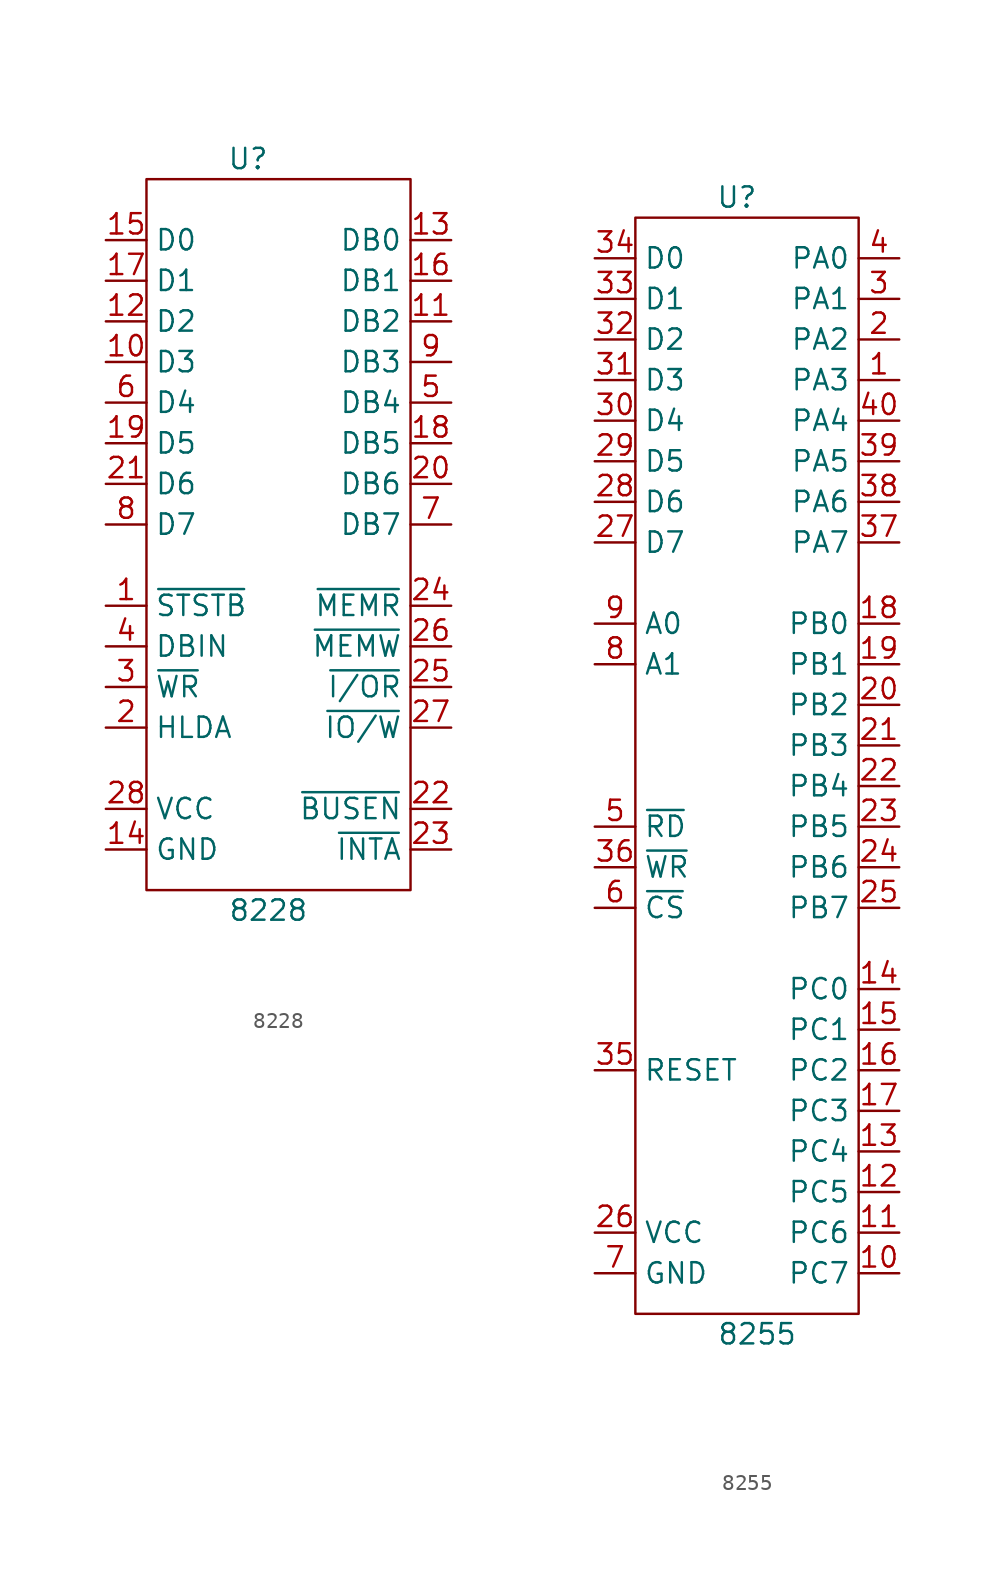
<source format=kicad_sym>
(kicad_symbol_lib
  (version 20211014)
  (generator kicad_symbol_editor)
  (symbol "8228"
    (property "Reference" "U"
      (at 6.35 1.27 0)
      (effects (font (size 1.27 1.27))))
    (property "Value" "8228"
      (at 7.62 -45.72 0)
      (effects (font (size 1.27 1.27))))
    (symbol "8228_0_1"
      (rectangle (start 0 0) (end 16.51 -44.45) (stroke (width 0) (type default) (color 0 0 0 0)) (fill (type none))))
    (symbol "8228_1_1"
      (pin input line (at -2.54 -26.67 0) (length 2.54) (name "~{STSTB}" (effects (font (size 1.27 1.27)))) (number "1" (effects (font (size 1.27 1.27)))))
      (pin bidirectional line (at -2.54 -11.43 0) (length 2.54) (name "D3" (effects (font (size 1.27 1.27)))) (number "10" (effects (font (size 1.27 1.27)))))
      (pin bidirectional line (at 19.05 -8.89 180) (length 2.54) (name "DB2" (effects (font (size 1.27 1.27)))) (number "11" (effects (font (size 1.27 1.27)))))
      (pin bidirectional line (at -2.54 -8.89 0) (length 2.54) (name "D2" (effects (font (size 1.27 1.27)))) (number "12" (effects (font (size 1.27 1.27)))))
      (pin bidirectional line (at 19.05 -3.81 180) (length 2.54) (name "DB0" (effects (font (size 1.27 1.27)))) (number "13" (effects (font (size 1.27 1.27)))))
      (pin power_in line (at -2.54 -41.91 0) (length 2.54) (name "GND" (effects (font (size 1.27 1.27)))) (number "14" (effects (font (size 1.27 1.27)))))
      (pin bidirectional line (at -2.54 -3.81 0) (length 2.54) (name "D0" (effects (font (size 1.27 1.27)))) (number "15" (effects (font (size 1.27 1.27)))))
      (pin bidirectional line (at 19.05 -6.35 180) (length 2.54) (name "DB1" (effects (font (size 1.27 1.27)))) (number "16" (effects (font (size 1.27 1.27)))))
      (pin bidirectional line (at -2.54 -6.35 0) (length 2.54) (name "D1" (effects (font (size 1.27 1.27)))) (number "17" (effects (font (size 1.27 1.27)))))
      (pin bidirectional line (at 19.05 -16.51 180) (length 2.54) (name "DB5" (effects (font (size 1.27 1.27)))) (number "18" (effects (font (size 1.27 1.27)))))
      (pin bidirectional line (at -2.54 -16.51 0) (length 2.54) (name "D5" (effects (font (size 1.27 1.27)))) (number "19" (effects (font (size 1.27 1.27)))))
      (pin input line (at -2.54 -34.29 0) (length 2.54) (name "HLDA" (effects (font (size 1.27 1.27)))) (number "2" (effects (font (size 1.27 1.27)))))
      (pin bidirectional line (at 19.05 -19.05 180) (length 2.54) (name "DB6" (effects (font (size 1.27 1.27)))) (number "20" (effects (font (size 1.27 1.27)))))
      (pin bidirectional line (at -2.54 -19.05 0) (length 2.54) (name "D6" (effects (font (size 1.27 1.27)))) (number "21" (effects (font (size 1.27 1.27)))))
      (pin input line (at 19.05 -39.37 180) (length 2.54) (name "~{BUSEN}" (effects (font (size 1.27 1.27)))) (number "22" (effects (font (size 1.27 1.27)))))
      (pin output line (at 19.05 -41.91 180) (length 2.54) (name "~{INTA}" (effects (font (size 1.27 1.27)))) (number "23" (effects (font (size 1.27 1.27)))))
      (pin output line (at 19.05 -26.67 180) (length 2.54) (name "~{MEMR}" (effects (font (size 1.27 1.27)))) (number "24" (effects (font (size 1.27 1.27)))))
      (pin output line (at 19.05 -31.75 180) (length 2.54) (name "~{I/OR}" (effects (font (size 1.27 1.27)))) (number "25" (effects (font (size 1.27 1.27)))))
      (pin output line (at 19.05 -29.21 180) (length 2.54) (name "~{MEMW}" (effects (font (size 1.27 1.27)))) (number "26" (effects (font (size 1.27 1.27)))))
      (pin output line (at 19.05 -34.29 180) (length 2.54) (name "~{IO/W}" (effects (font (size 1.27 1.27)))) (number "27" (effects (font (size 1.27 1.27)))))
      (pin power_in line (at -2.54 -39.37 0) (length 2.54) (name "VCC" (effects (font (size 1.27 1.27)))) (number "28" (effects (font (size 1.27 1.27)))))
      (pin input line (at -2.54 -31.75 0) (length 2.54) (name "~{WR}" (effects (font (size 1.27 1.27)))) (number "3" (effects (font (size 1.27 1.27)))))
      (pin input line (at -2.54 -29.21 0) (length 2.54) (name "DBIN" (effects (font (size 1.27 1.27)))) (number "4" (effects (font (size 1.27 1.27)))))
      (pin bidirectional line (at 19.05 -13.97 180) (length 2.54) (name "DB4" (effects (font (size 1.27 1.27)))) (number "5" (effects (font (size 1.27 1.27)))))
      (pin bidirectional line (at -2.54 -13.97 0) (length 2.54) (name "D4" (effects (font (size 1.27 1.27)))) (number "6" (effects (font (size 1.27 1.27)))))
      (pin bidirectional line (at 19.05 -21.59 180) (length 2.54) (name "DB7" (effects (font (size 1.27 1.27)))) (number "7" (effects (font (size 1.27 1.27)))))
      (pin bidirectional line (at -2.54 -21.59 0) (length 2.54) (name "D7" (effects (font (size 1.27 1.27)))) (number "8" (effects (font (size 1.27 1.27)))))
      (pin bidirectional line (at 19.05 -11.43 180) (length 2.54) (name "DB3" (effects (font (size 1.27 1.27)))) (number "9" (effects (font (size 1.27 1.27)))))))
  (symbol "8255"
    (property "Reference" "U"
      (at 6.35 1.27 0)
      (effects (font (size 1.27 1.27))))
    (property "Value" "8255"
      (at 7.62 -69.85 0)
      (effects (font (size 1.27 1.27))))
    (symbol "8255_0_1"
      (rectangle (start 0 0) (end 13.97 -68.58) (stroke (width 0) (type default) (color 0 0 0 0)) (fill (type none))))
    (symbol "8255_1_1"
      (pin bidirectional line (at 16.51 -10.16 180) (length 2.54) (name "PA3" (effects (font (size 1.27 1.27)))) (number "1" (effects (font (size 1.27 1.27)))))
      (pin bidirectional line (at 16.51 -66.04 180) (length 2.54) (name "PC7" (effects (font (size 1.27 1.27)))) (number "10" (effects (font (size 1.27 1.27)))))
      (pin bidirectional line (at 16.51 -63.5 180) (length 2.54) (name "PC6" (effects (font (size 1.27 1.27)))) (number "11" (effects (font (size 1.27 1.27)))))
      (pin bidirectional line (at 16.51 -60.96 180) (length 2.54) (name "PC5" (effects (font (size 1.27 1.27)))) (number "12" (effects (font (size 1.27 1.27)))))
      (pin bidirectional line (at 16.51 -58.42 180) (length 2.54) (name "PC4" (effects (font (size 1.27 1.27)))) (number "13" (effects (font (size 1.27 1.27)))))
      (pin bidirectional line (at 16.51 -48.26 180) (length 2.54) (name "PC0" (effects (font (size 1.27 1.27)))) (number "14" (effects (font (size 1.27 1.27)))))
      (pin bidirectional line (at 16.51 -50.8 180) (length 2.54) (name "PC1" (effects (font (size 1.27 1.27)))) (number "15" (effects (font (size 1.27 1.27)))))
      (pin bidirectional line (at 16.51 -53.34 180) (length 2.54) (name "PC2" (effects (font (size 1.27 1.27)))) (number "16" (effects (font (size 1.27 1.27)))))
      (pin bidirectional line (at 16.51 -55.88 180) (length 2.54) (name "PC3" (effects (font (size 1.27 1.27)))) (number "17" (effects (font (size 1.27 1.27)))))
      (pin bidirectional line (at 16.51 -25.4 180) (length 2.54) (name "PB0" (effects (font (size 1.27 1.27)))) (number "18" (effects (font (size 1.27 1.27)))))
      (pin bidirectional line (at 16.51 -27.94 180) (length 2.54) (name "PB1" (effects (font (size 1.27 1.27)))) (number "19" (effects (font (size 1.27 1.27)))))
      (pin bidirectional line (at 16.51 -7.62 180) (length 2.54) (name "PA2" (effects (font (size 1.27 1.27)))) (number "2" (effects (font (size 1.27 1.27)))))
      (pin bidirectional line (at 16.51 -30.48 180) (length 2.54) (name "PB2" (effects (font (size 1.27 1.27)))) (number "20" (effects (font (size 1.27 1.27)))))
      (pin bidirectional line (at 16.51 -33.02 180) (length 2.54) (name "PB3" (effects (font (size 1.27 1.27)))) (number "21" (effects (font (size 1.27 1.27)))))
      (pin bidirectional line (at 16.51 -35.56 180) (length 2.54) (name "PB4" (effects (font (size 1.27 1.27)))) (number "22" (effects (font (size 1.27 1.27)))))
      (pin bidirectional line (at 16.51 -38.1 180) (length 2.54) (name "PB5" (effects (font (size 1.27 1.27)))) (number "23" (effects (font (size 1.27 1.27)))))
      (pin bidirectional line (at 16.51 -40.64 180) (length 2.54) (name "PB6" (effects (font (size 1.27 1.27)))) (number "24" (effects (font (size 1.27 1.27)))))
      (pin bidirectional line (at 16.51 -43.18 180) (length 2.54) (name "PB7" (effects (font (size 1.27 1.27)))) (number "25" (effects (font (size 1.27 1.27)))))
      (pin power_in line (at -2.54 -63.5 0) (length 2.54) (name "VCC" (effects (font (size 1.27 1.27)))) (number "26" (effects (font (size 1.27 1.27)))))
      (pin bidirectional line (at -2.54 -20.32 0) (length 2.54) (name "D7" (effects (font (size 1.27 1.27)))) (number "27" (effects (font (size 1.27 1.27)))))
      (pin bidirectional line (at -2.54 -17.78 0) (length 2.54) (name "D6" (effects (font (size 1.27 1.27)))) (number "28" (effects (font (size 1.27 1.27)))))
      (pin bidirectional line (at -2.54 -15.24 0) (length 2.54) (name "D5" (effects (font (size 1.27 1.27)))) (number "29" (effects (font (size 1.27 1.27)))))
      (pin bidirectional line (at 16.51 -5.08 180) (length 2.54) (name "PA1" (effects (font (size 1.27 1.27)))) (number "3" (effects (font (size 1.27 1.27)))))
      (pin bidirectional line (at -2.54 -12.7 0) (length 2.54) (name "D4" (effects (font (size 1.27 1.27)))) (number "30" (effects (font (size 1.27 1.27)))))
      (pin bidirectional line (at -2.54 -10.16 0) (length 2.54) (name "D3" (effects (font (size 1.27 1.27)))) (number "31" (effects (font (size 1.27 1.27)))))
      (pin bidirectional line (at -2.54 -7.62 0) (length 2.54) (name "D2" (effects (font (size 1.27 1.27)))) (number "32" (effects (font (size 1.27 1.27)))))
      (pin bidirectional line (at -2.54 -5.08 0) (length 2.54) (name "D1" (effects (font (size 1.27 1.27)))) (number "33" (effects (font (size 1.27 1.27)))))
      (pin bidirectional line (at -2.54 -2.54 0) (length 2.54) (name "D0" (effects (font (size 1.27 1.27)))) (number "34" (effects (font (size 1.27 1.27)))))
      (pin input line (at -2.54 -53.34 0) (length 2.54) (name "RESET" (effects (font (size 1.27 1.27)))) (number "35" (effects (font (size 1.27 1.27)))))
      (pin input line (at -2.54 -40.64 0) (length 2.54) (name "~{WR}" (effects (font (size 1.27 1.27)))) (number "36" (effects (font (size 1.27 1.27)))))
      (pin bidirectional line (at 16.51 -20.32 180) (length 2.54) (name "PA7" (effects (font (size 1.27 1.27)))) (number "37" (effects (font (size 1.27 1.27)))))
      (pin bidirectional line (at 16.51 -17.78 180) (length 2.54) (name "PA6" (effects (font (size 1.27 1.27)))) (number "38" (effects (font (size 1.27 1.27)))))
      (pin bidirectional line (at 16.51 -15.24 180) (length 2.54) (name "PA5" (effects (font (size 1.27 1.27)))) (number "39" (effects (font (size 1.27 1.27)))))
      (pin bidirectional line (at 16.51 -2.54 180) (length 2.54) (name "PA0" (effects (font (size 1.27 1.27)))) (number "4" (effects (font (size 1.27 1.27)))))
      (pin bidirectional line (at 16.51 -12.7 180) (length 2.54) (name "PA4" (effects (font (size 1.27 1.27)))) (number "40" (effects (font (size 1.27 1.27)))))
      (pin input line (at -2.54 -38.1 0) (length 2.54) (name "~{RD}" (effects (font (size 1.27 1.27)))) (number "5" (effects (font (size 1.27 1.27)))))
      (pin input line (at -2.54 -43.18 0) (length 2.54) (name "~{CS}" (effects (font (size 1.27 1.27)))) (number "6" (effects (font (size 1.27 1.27)))))
      (pin power_in line (at -2.54 -66.04 0) (length 2.54) (name "GND" (effects (font (size 1.27 1.27)))) (number "7" (effects (font (size 1.27 1.27)))))
      (pin input line (at -2.54 -27.94 0) (length 2.54) (name "A1" (effects (font (size 1.27 1.27)))) (number "8" (effects (font (size 1.27 1.27)))))
      (pin input line (at -2.54 -25.4 0) (length 2.54) (name "A0" (effects (font (size 1.27 1.27)))) (number "9" (effects (font (size 1.27 1.27))))))))
</source>
